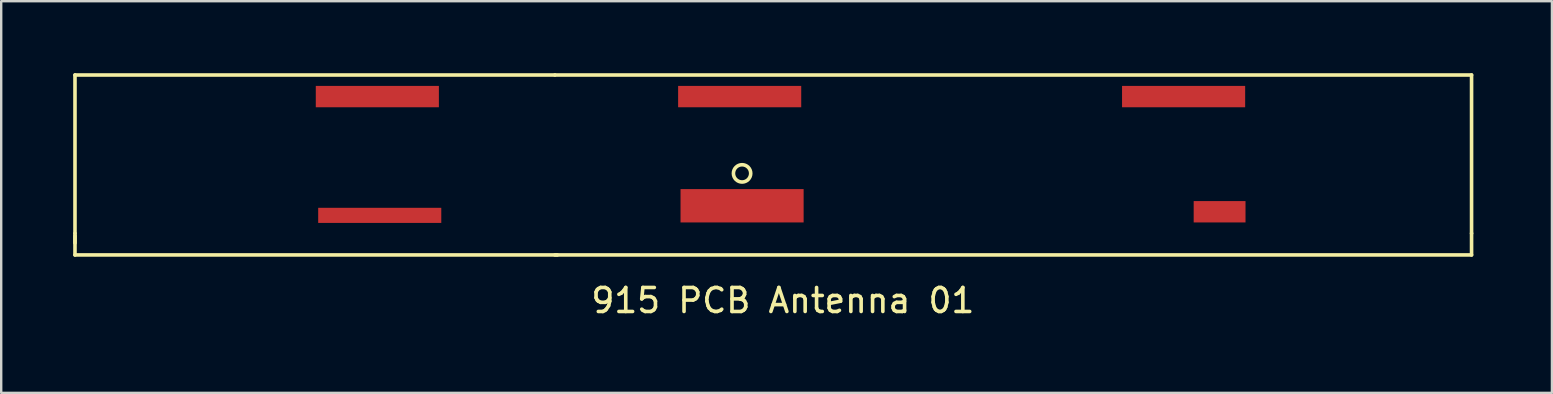
<source format=kicad_pcb>
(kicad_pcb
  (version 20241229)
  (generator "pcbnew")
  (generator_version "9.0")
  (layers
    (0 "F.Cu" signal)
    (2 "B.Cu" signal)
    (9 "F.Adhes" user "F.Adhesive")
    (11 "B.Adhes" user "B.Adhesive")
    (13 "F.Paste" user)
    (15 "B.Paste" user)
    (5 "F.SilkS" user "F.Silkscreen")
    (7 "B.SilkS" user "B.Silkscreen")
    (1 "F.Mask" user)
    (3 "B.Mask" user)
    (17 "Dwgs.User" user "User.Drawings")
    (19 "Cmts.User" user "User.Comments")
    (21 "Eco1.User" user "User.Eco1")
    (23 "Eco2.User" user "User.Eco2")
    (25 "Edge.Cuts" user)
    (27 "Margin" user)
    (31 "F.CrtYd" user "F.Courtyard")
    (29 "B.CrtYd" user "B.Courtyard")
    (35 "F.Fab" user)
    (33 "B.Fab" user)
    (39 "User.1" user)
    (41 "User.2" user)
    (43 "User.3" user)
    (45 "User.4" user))
  (footprint "915 PCB Antenna 01"
    (layer "F.Cu")
    (at 58.375 7.675)
    (property "Reference" "915 PCB Antenna 01" (at -28.8 1.8 0) (layer "F.SilkS") (effects (font (size 1 1) (thickness 0.15))))
    (attr through_hole)
    (fp_line (start -58.3 -7.6) (end -58.3 -1) (stroke (width 0.15) (type solid)) (layer "F.SilkS"))
    (fp_line (start -58.3 -1) (end -58.3 -0.6) (stroke (width 0.15) (type solid)) (layer "F.SilkS"))
    (fp_line (start -58.3 -0.9) (end -58.3 -0.1) (stroke (width 0.15) (type solid)) (layer "F.SilkS"))
    (fp_line (start -58.3 -0.1) (end -38.2 -0.1) (stroke (width 0.15) (type solid)) (layer "F.SilkS"))
    (fp_line (start -38.3 -7.6) (end -58.3 -7.6) (stroke (width 0.15) (type solid)) (layer "F.SilkS"))
    (fp_line (start -38.3 -0.1) (end -0.1 -0.1) (stroke (width 0.15) (type solid)) (layer "F.SilkS"))
    (fp_line (start -0.1 -7.6) (end -38.3 -7.6) (stroke (width 0.15) (type solid)) (layer "F.SilkS"))
    (fp_line (start -0.1 -1) (end -0.1 -7.6) (stroke (width 0.15) (type solid)) (layer "F.SilkS"))
    (fp_line (start -0.1 -1) (end -0.1 -0.1) (stroke (width 0.15) (type solid)) (layer "F.SilkS"))
    (fp_circle (center -30.5 -3.5) (end -30.3 -3.2) (stroke (width 0.15) (type solid)) (fill no) (layer "F.SilkS"))
    (pad "1" smd rect (at -30.5 -2.15) (size 5.13 1.39) (layers "F.Cu" "F.Mask" "F.Paste"))
    (pad "2" smd rect (at -10.6 -1.9) (size 2.16 0.89) (layers "F.Cu" "F.Mask" "F.Paste"))
    (pad "3" smd rect (at -45.6 -1.75) (size 5.13 0.63) (layers "F.Cu" "F.Mask" "F.Paste"))
    (pad "4" smd rect (at -45.7 -6.7) (size 5.13 0.89) (layers "F.Cu" "F.Mask" "F.Paste"))
    (pad "5" smd rect (at -30.6 -6.7) (size 5.13 0.89) (layers "F.Cu" "F.Mask" "F.Paste"))
    (pad "6" smd rect (at -12.1 -6.7) (size 5.13 0.89) (layers "F.Cu" "F.Mask" "F.Paste")))
  (gr_rect
    (start -3 -3)
    (end 61.625 13.323)
    (stroke (width 0.1) (type default))
    (fill no)
    (layer "Edge.Cuts")))
</source>
